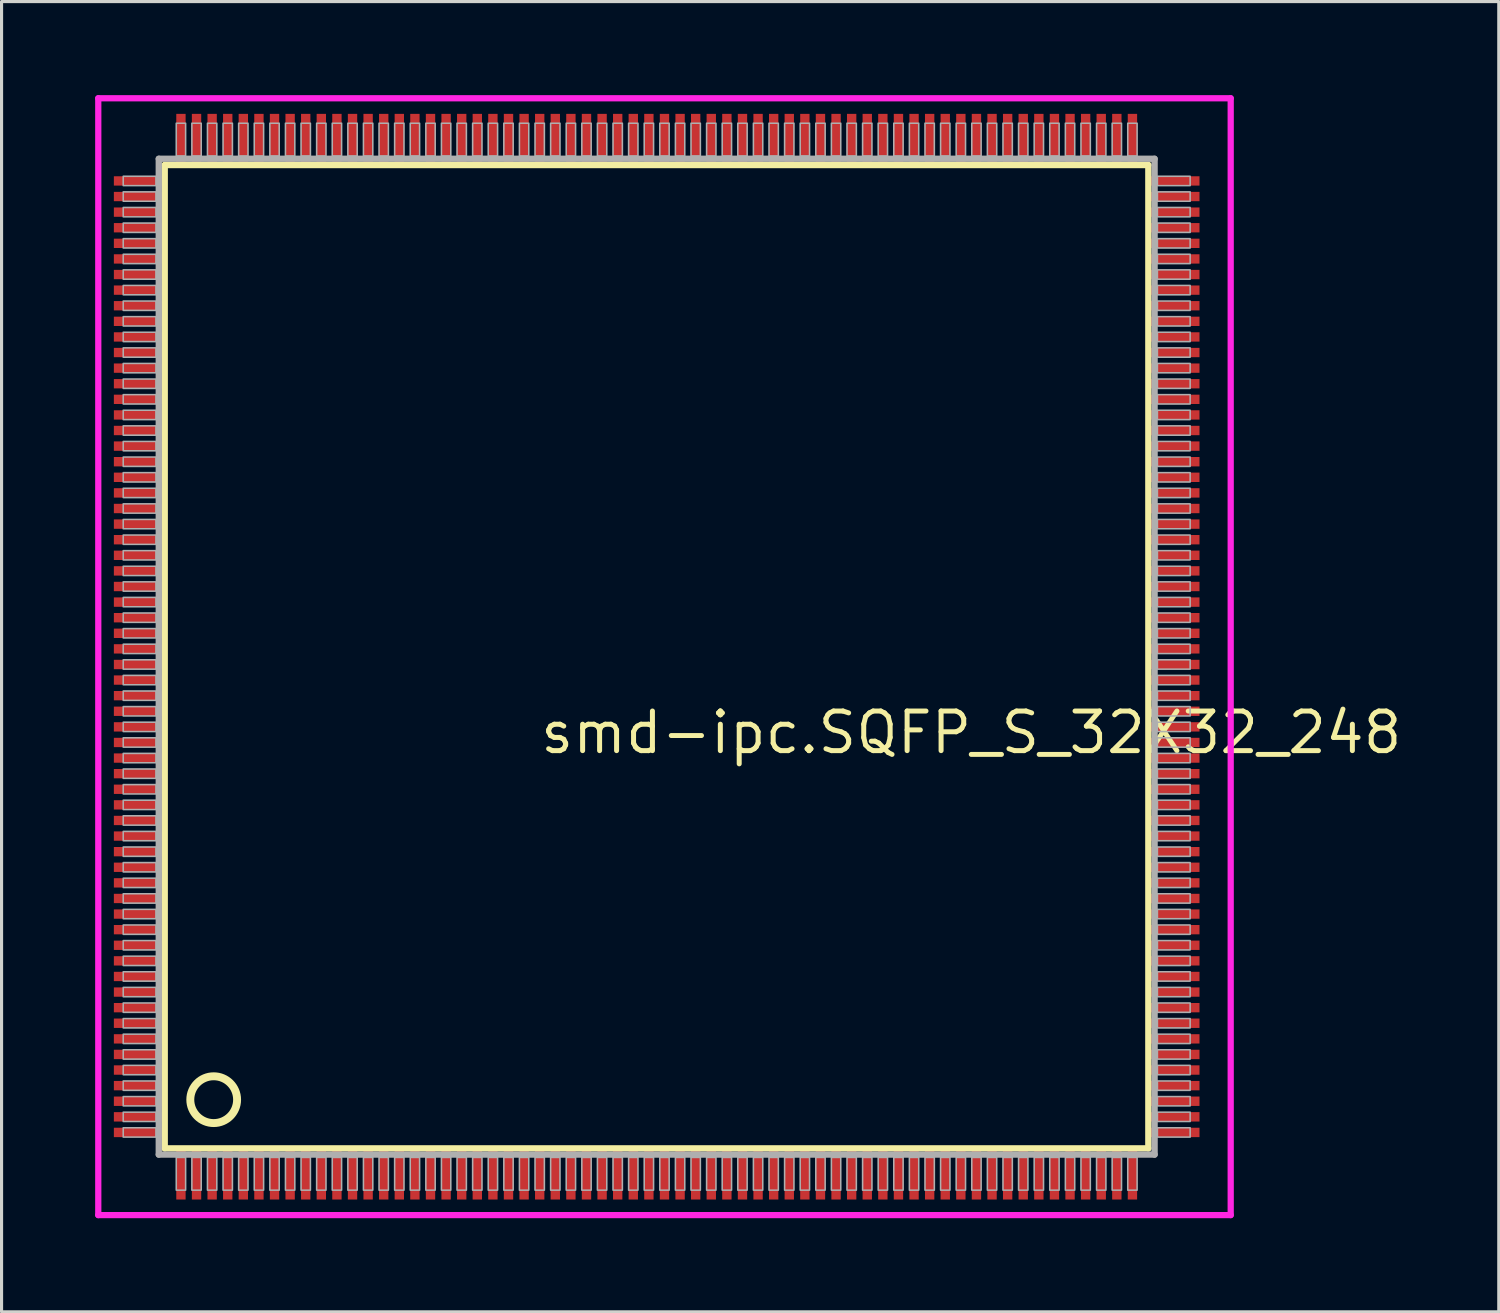
<source format=kicad_pcb>
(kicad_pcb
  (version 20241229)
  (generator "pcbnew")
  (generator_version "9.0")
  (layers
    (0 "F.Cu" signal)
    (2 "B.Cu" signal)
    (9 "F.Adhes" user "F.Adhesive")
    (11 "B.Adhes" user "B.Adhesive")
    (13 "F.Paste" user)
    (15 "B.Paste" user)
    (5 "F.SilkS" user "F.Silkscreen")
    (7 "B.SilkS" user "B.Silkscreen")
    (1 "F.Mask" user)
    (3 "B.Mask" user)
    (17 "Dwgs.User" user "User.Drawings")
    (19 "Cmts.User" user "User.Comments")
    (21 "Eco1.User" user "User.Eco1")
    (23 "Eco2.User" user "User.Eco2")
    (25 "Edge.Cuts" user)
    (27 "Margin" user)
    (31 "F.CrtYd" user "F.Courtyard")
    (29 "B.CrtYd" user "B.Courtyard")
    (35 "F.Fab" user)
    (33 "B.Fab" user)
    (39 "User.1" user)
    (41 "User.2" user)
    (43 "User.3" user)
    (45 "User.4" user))
  (footprint "smd-ipc.SQFP_S_32X32_248"
    (layer "F.Cu")
    (at 18 18)
    (property "Reference" "smd-ipc.SQFP_S_32X32_248" (at -3.81 3.175 0) (layer "F.SilkS") (effects (font (size 1.27 1.27) (thickness 0.16)) (justify left bottom)))
    (attr smd)
    (fp_line (start -15.77 -15.76) (end 15.76 -15.76) (stroke (width 0.203) (type default)) (layer "F.SilkS"))
    (fp_line (start -15.77 15.76) (end -15.77 -15.76) (stroke (width 0.203) (type default)) (layer "F.SilkS"))
    (fp_line (start 15.76 15.76) (end -15.77 15.76) (stroke (width 0.203) (type default)) (layer "F.SilkS"))
    (fp_line (start 15.76 -15.76) (end 15.76 15.76) (stroke (width 0.203) (type default)) (layer "F.SilkS"))
    (fp_circle (center -14.2 14.2) (end -13.45 14.2) (stroke (width 0.254) (type default)) (fill no) (layer "F.SilkS"))
    (fp_line (start -17.9 -17.9) (end 18.4 -17.9) (stroke (width 0.2) (type default)) (layer "F.CrtYd"))
    (fp_line (start -17.9 17.9) (end -17.9 -17.9) (stroke (width 0.2) (type default)) (layer "F.CrtYd"))
    (fp_line (start 18.4 -17.9) (end 18.4 17.9) (stroke (width 0.2) (type default)) (layer "F.CrtYd"))
    (fp_line (start 18.4 17.9) (end -17.9 17.9) (stroke (width 0.2) (type default)) (layer "F.CrtYd"))
    (fp_line (start -15.96 -15.96) (end -15.96 15.96) (stroke (width 0.203) (type default)) (layer "F.Fab"))
    (fp_line (start -15.96 15.96) (end 15.96 15.96) (stroke (width 0.203) (type default)) (layer "F.Fab"))
    (fp_line (start 15.96 -15.96) (end -15.96 -15.96) (stroke (width 0.203) (type default)) (layer "F.Fab"))
    (fp_line (start 15.96 15.96) (end 15.96 -15.96) (stroke (width 0.203) (type default)) (layer "F.Fab"))
    (fp_rect (start -17.1 -15.1) (end -16.05 -15.4) (stroke (width 0.05) (type default)) (fill no) (layer "F.Fab"))
    (fp_rect (start -17.1 -14.6) (end -16.05 -14.9) (stroke (width 0.05) (type default)) (fill no) (layer "F.Fab"))
    (fp_rect (start -17.1 -14.1) (end -16.05 -14.4) (stroke (width 0.05) (type default)) (fill no) (layer "F.Fab"))
    (fp_rect (start -17.1 -13.6) (end -16.05 -13.9) (stroke (width 0.05) (type default)) (fill no) (layer "F.Fab"))
    (fp_rect (start -17.1 -13.1) (end -16.05 -13.4) (stroke (width 0.05) (type default)) (fill no) (layer "F.Fab"))
    (fp_rect (start -17.1 -12.6) (end -16.05 -12.9) (stroke (width 0.05) (type default)) (fill no) (layer "F.Fab"))
    (fp_rect (start -17.1 -12.1) (end -16.05 -12.4) (stroke (width 0.05) (type default)) (fill no) (layer "F.Fab"))
    (fp_rect (start -17.1 -11.6) (end -16.05 -11.9) (stroke (width 0.05) (type default)) (fill no) (layer "F.Fab"))
    (fp_rect (start -17.1 -11.1) (end -16.05 -11.4) (stroke (width 0.05) (type default)) (fill no) (layer "F.Fab"))
    (fp_rect (start -17.1 -10.6) (end -16.05 -10.9) (stroke (width 0.05) (type default)) (fill no) (layer "F.Fab"))
    (fp_rect (start -17.1 -10.1) (end -16.05 -10.4) (stroke (width 0.05) (type default)) (fill no) (layer "F.Fab"))
    (fp_rect (start -17.1 -9.6) (end -16.05 -9.9) (stroke (width 0.05) (type default)) (fill no) (layer "F.Fab"))
    (fp_rect (start -17.1 -9.1) (end -16.05 -9.4) (stroke (width 0.05) (type default)) (fill no) (layer "F.Fab"))
    (fp_rect (start -17.1 -8.6) (end -16.05 -8.9) (stroke (width 0.05) (type default)) (fill no) (layer "F.Fab"))
    (fp_rect (start -17.1 -8.1) (end -16.05 -8.4) (stroke (width 0.05) (type default)) (fill no) (layer "F.Fab"))
    (fp_rect (start -17.1 -7.6) (end -16.05 -7.9) (stroke (width 0.05) (type default)) (fill no) (layer "F.Fab"))
    (fp_rect (start -17.1 -7.1) (end -16.05 -7.4) (stroke (width 0.05) (type default)) (fill no) (layer "F.Fab"))
    (fp_rect (start -17.1 -6.6) (end -16.05 -6.9) (stroke (width 0.05) (type default)) (fill no) (layer "F.Fab"))
    (fp_rect (start -17.1 -6.1) (end -16.05 -6.4) (stroke (width 0.05) (type default)) (fill no) (layer "F.Fab"))
    (fp_rect (start -17.1 -5.6) (end -16.05 -5.9) (stroke (width 0.05) (type default)) (fill no) (layer "F.Fab"))
    (fp_rect (start -17.1 -5.1) (end -16.05 -5.4) (stroke (width 0.05) (type default)) (fill no) (layer "F.Fab"))
    (fp_rect (start -17.1 -4.6) (end -16.05 -4.9) (stroke (width 0.05) (type default)) (fill no) (layer "F.Fab"))
    (fp_rect (start -17.1 -4.1) (end -16.05 -4.4) (stroke (width 0.05) (type default)) (fill no) (layer "F.Fab"))
    (fp_rect (start -17.1 -3.6) (end -16.05 -3.9) (stroke (width 0.05) (type default)) (fill no) (layer "F.Fab"))
    (fp_rect (start -17.1 -3.1) (end -16.05 -3.4) (stroke (width 0.05) (type default)) (fill no) (layer "F.Fab"))
    (fp_rect (start -17.1 -2.6) (end -16.05 -2.9) (stroke (width 0.05) (type default)) (fill no) (layer "F.Fab"))
    (fp_rect (start -17.1 -2.1) (end -16.05 -2.4) (stroke (width 0.05) (type default)) (fill no) (layer "F.Fab"))
    (fp_rect (start -17.1 -1.6) (end -16.05 -1.9) (stroke (width 0.05) (type default)) (fill no) (layer "F.Fab"))
    (fp_rect (start -17.1 -1.1) (end -16.05 -1.4) (stroke (width 0.05) (type default)) (fill no) (layer "F.Fab"))
    (fp_rect (start -17.1 -0.6) (end -16.05 -0.9) (stroke (width 0.05) (type default)) (fill no) (layer "F.Fab"))
    (fp_rect (start -17.1 -0.1) (end -16.05 -0.4) (stroke (width 0.05) (type default)) (fill no) (layer "F.Fab"))
    (fp_rect (start -17.1 0.4) (end -16.05 0.1) (stroke (width 0.05) (type default)) (fill no) (layer "F.Fab"))
    (fp_rect (start -17.1 0.9) (end -16.05 0.6) (stroke (width 0.05) (type default)) (fill no) (layer "F.Fab"))
    (fp_rect (start -17.1 1.4) (end -16.05 1.1) (stroke (width 0.05) (type default)) (fill no) (layer "F.Fab"))
    (fp_rect (start -17.1 1.9) (end -16.05 1.6) (stroke (width 0.05) (type default)) (fill no) (layer "F.Fab"))
    (fp_rect (start -17.1 2.4) (end -16.05 2.1) (stroke (width 0.05) (type default)) (fill no) (layer "F.Fab"))
    (fp_rect (start -17.1 2.9) (end -16.05 2.6) (stroke (width 0.05) (type default)) (fill no) (layer "F.Fab"))
    (fp_rect (start -17.1 3.4) (end -16.05 3.1) (stroke (width 0.05) (type default)) (fill no) (layer "F.Fab"))
    (fp_rect (start -17.1 3.9) (end -16.05 3.6) (stroke (width 0.05) (type default)) (fill no) (layer "F.Fab"))
    (fp_rect (start -17.1 4.4) (end -16.05 4.1) (stroke (width 0.05) (type default)) (fill no) (layer "F.Fab"))
    (fp_rect (start -17.1 4.9) (end -16.05 4.6) (stroke (width 0.05) (type default)) (fill no) (layer "F.Fab"))
    (fp_rect (start -17.1 5.4) (end -16.05 5.1) (stroke (width 0.05) (type default)) (fill no) (layer "F.Fab"))
    (fp_rect (start -17.1 5.9) (end -16.05 5.6) (stroke (width 0.05) (type default)) (fill no) (layer "F.Fab"))
    (fp_rect (start -17.1 6.4) (end -16.05 6.1) (stroke (width 0.05) (type default)) (fill no) (layer "F.Fab"))
    (fp_rect (start -17.1 6.9) (end -16.05 6.6) (stroke (width 0.05) (type default)) (fill no) (layer "F.Fab"))
    (fp_rect (start -17.1 7.4) (end -16.05 7.1) (stroke (width 0.05) (type default)) (fill no) (layer "F.Fab"))
    (fp_rect (start -17.1 7.9) (end -16.05 7.6) (stroke (width 0.05) (type default)) (fill no) (layer "F.Fab"))
    (fp_rect (start -17.1 8.4) (end -16.05 8.1) (stroke (width 0.05) (type default)) (fill no) (layer "F.Fab"))
    (fp_rect (start -17.1 8.9) (end -16.05 8.6) (stroke (width 0.05) (type default)) (fill no) (layer "F.Fab"))
    (fp_rect (start -17.1 9.4) (end -16.05 9.1) (stroke (width 0.05) (type default)) (fill no) (layer "F.Fab"))
    (fp_rect (start -17.1 9.9) (end -16.05 9.6) (stroke (width 0.05) (type default)) (fill no) (layer "F.Fab"))
    (fp_rect (start -17.1 10.4) (end -16.05 10.1) (stroke (width 0.05) (type default)) (fill no) (layer "F.Fab"))
    (fp_rect (start -17.1 10.9) (end -16.05 10.6) (stroke (width 0.05) (type default)) (fill no) (layer "F.Fab"))
    (fp_rect (start -17.1 11.4) (end -16.05 11.1) (stroke (width 0.05) (type default)) (fill no) (layer "F.Fab"))
    (fp_rect (start -17.1 11.9) (end -16.05 11.6) (stroke (width 0.05) (type default)) (fill no) (layer "F.Fab"))
    (fp_rect (start -17.1 12.4) (end -16.05 12.1) (stroke (width 0.05) (type default)) (fill no) (layer "F.Fab"))
    (fp_rect (start -17.1 12.9) (end -16.05 12.6) (stroke (width 0.05) (type default)) (fill no) (layer "F.Fab"))
    (fp_rect (start -17.1 13.4) (end -16.05 13.1) (stroke (width 0.05) (type default)) (fill no) (layer "F.Fab"))
    (fp_rect (start -17.1 13.9) (end -16.05 13.6) (stroke (width 0.05) (type default)) (fill no) (layer "F.Fab"))
    (fp_rect (start -17.1 14.4) (end -16.05 14.1) (stroke (width 0.05) (type default)) (fill no) (layer "F.Fab"))
    (fp_rect (start -17.1 14.9) (end -16.05 14.6) (stroke (width 0.05) (type default)) (fill no) (layer "F.Fab"))
    (fp_rect (start -17.1 15.4) (end -16.05 15.1) (stroke (width 0.05) (type default)) (fill no) (layer "F.Fab"))
    (fp_rect (start -15.4 -16.05) (end -15.1 -17.1) (stroke (width 0.05) (type default)) (fill no) (layer "F.Fab"))
    (fp_rect (start -15.4 17.1) (end -15.1 16.05) (stroke (width 0.05) (type default)) (fill no) (layer "F.Fab"))
    (fp_rect (start -14.9 -16.05) (end -14.6 -17.1) (stroke (width 0.05) (type default)) (fill no) (layer "F.Fab"))
    (fp_rect (start -14.9 17.1) (end -14.6 16.05) (stroke (width 0.05) (type default)) (fill no) (layer "F.Fab"))
    (fp_rect (start -14.4 -16.05) (end -14.1 -17.1) (stroke (width 0.05) (type default)) (fill no) (layer "F.Fab"))
    (fp_rect (start -14.4 17.1) (end -14.1 16.05) (stroke (width 0.05) (type default)) (fill no) (layer "F.Fab"))
    (fp_rect (start -13.9 -16.05) (end -13.6 -17.1) (stroke (width 0.05) (type default)) (fill no) (layer "F.Fab"))
    (fp_rect (start -13.9 17.1) (end -13.6 16.05) (stroke (width 0.05) (type default)) (fill no) (layer "F.Fab"))
    (fp_rect (start -13.4 -16.05) (end -13.1 -17.1) (stroke (width 0.05) (type default)) (fill no) (layer "F.Fab"))
    (fp_rect (start -13.4 17.1) (end -13.1 16.05) (stroke (width 0.05) (type default)) (fill no) (layer "F.Fab"))
    (fp_rect (start -12.9 -16.05) (end -12.6 -17.1) (stroke (width 0.05) (type default)) (fill no) (layer "F.Fab"))
    (fp_rect (start -12.9 17.1) (end -12.6 16.05) (stroke (width 0.05) (type default)) (fill no) (layer "F.Fab"))
    (fp_rect (start -12.4 -16.05) (end -12.1 -17.1) (stroke (width 0.05) (type default)) (fill no) (layer "F.Fab"))
    (fp_rect (start -12.4 17.1) (end -12.1 16.05) (stroke (width 0.05) (type default)) (fill no) (layer "F.Fab"))
    (fp_rect (start -11.9 -16.05) (end -11.6 -17.1) (stroke (width 0.05) (type default)) (fill no) (layer "F.Fab"))
    (fp_rect (start -11.9 17.1) (end -11.6 16.05) (stroke (width 0.05) (type default)) (fill no) (layer "F.Fab"))
    (fp_rect (start -11.4 -16.05) (end -11.1 -17.1) (stroke (width 0.05) (type default)) (fill no) (layer "F.Fab"))
    (fp_rect (start -11.4 17.1) (end -11.1 16.05) (stroke (width 0.05) (type default)) (fill no) (layer "F.Fab"))
    (fp_rect (start -10.9 -16.05) (end -10.6 -17.1) (stroke (width 0.05) (type default)) (fill no) (layer "F.Fab"))
    (fp_rect (start -10.9 17.1) (end -10.6 16.05) (stroke (width 0.05) (type default)) (fill no) (layer "F.Fab"))
    (fp_rect (start -10.4 -16.05) (end -10.1 -17.1) (stroke (width 0.05) (type default)) (fill no) (layer "F.Fab"))
    (fp_rect (start -10.4 17.1) (end -10.1 16.05) (stroke (width 0.05) (type default)) (fill no) (layer "F.Fab"))
    (fp_rect (start -9.9 -16.05) (end -9.6 -17.1) (stroke (width 0.05) (type default)) (fill no) (layer "F.Fab"))
    (fp_rect (start -9.9 17.1) (end -9.6 16.05) (stroke (width 0.05) (type default)) (fill no) (layer "F.Fab"))
    (fp_rect (start -9.4 -16.05) (end -9.1 -17.1) (stroke (width 0.05) (type default)) (fill no) (layer "F.Fab"))
    (fp_rect (start -9.4 17.1) (end -9.1 16.05) (stroke (width 0.05) (type default)) (fill no) (layer "F.Fab"))
    (fp_rect (start -8.9 -16.05) (end -8.6 -17.1) (stroke (width 0.05) (type default)) (fill no) (layer "F.Fab"))
    (fp_rect (start -8.9 17.1) (end -8.6 16.05) (stroke (width 0.05) (type default)) (fill no) (layer "F.Fab"))
    (fp_rect (start -8.4 -16.05) (end -8.1 -17.1) (stroke (width 0.05) (type default)) (fill no) (layer "F.Fab"))
    (fp_rect (start -8.4 17.1) (end -8.1 16.05) (stroke (width 0.05) (type default)) (fill no) (layer "F.Fab"))
    (fp_rect (start -7.9 -16.05) (end -7.6 -17.1) (stroke (width 0.05) (type default)) (fill no) (layer "F.Fab"))
    (fp_rect (start -7.9 17.1) (end -7.6 16.05) (stroke (width 0.05) (type default)) (fill no) (layer "F.Fab"))
    (fp_rect (start -7.4 -16.05) (end -7.1 -17.1) (stroke (width 0.05) (type default)) (fill no) (layer "F.Fab"))
    (fp_rect (start -7.4 17.1) (end -7.1 16.05) (stroke (width 0.05) (type default)) (fill no) (layer "F.Fab"))
    (fp_rect (start -6.9 -16.05) (end -6.6 -17.1) (stroke (width 0.05) (type default)) (fill no) (layer "F.Fab"))
    (fp_rect (start -6.9 17.1) (end -6.6 16.05) (stroke (width 0.05) (type default)) (fill no) (layer "F.Fab"))
    (fp_rect (start -6.4 -16.05) (end -6.1 -17.1) (stroke (width 0.05) (type default)) (fill no) (layer "F.Fab"))
    (fp_rect (start -6.4 17.1) (end -6.1 16.05) (stroke (width 0.05) (type default)) (fill no) (layer "F.Fab"))
    (fp_rect (start -5.9 -16.05) (end -5.6 -17.1) (stroke (width 0.05) (type default)) (fill no) (layer "F.Fab"))
    (fp_rect (start -5.9 17.1) (end -5.6 16.05) (stroke (width 0.05) (type default)) (fill no) (layer "F.Fab"))
    (fp_rect (start -5.4 -16.05) (end -5.1 -17.1) (stroke (width 0.05) (type default)) (fill no) (layer "F.Fab"))
    (fp_rect (start -5.4 17.1) (end -5.1 16.05) (stroke (width 0.05) (type default)) (fill no) (layer "F.Fab"))
    (fp_rect (start -4.9 -16.05) (end -4.6 -17.1) (stroke (width 0.05) (type default)) (fill no) (layer "F.Fab"))
    (fp_rect (start -4.9 17.1) (end -4.6 16.05) (stroke (width 0.05) (type default)) (fill no) (layer "F.Fab"))
    (fp_rect (start -4.4 -16.05) (end -4.1 -17.1) (stroke (width 0.05) (type default)) (fill no) (layer "F.Fab"))
    (fp_rect (start -4.4 17.1) (end -4.1 16.05) (stroke (width 0.05) (type default)) (fill no) (layer "F.Fab"))
    (fp_rect (start -3.9 -16.05) (end -3.6 -17.1) (stroke (width 0.05) (type default)) (fill no) (layer "F.Fab"))
    (fp_rect (start -3.9 17.1) (end -3.6 16.05) (stroke (width 0.05) (type default)) (fill no) (layer "F.Fab"))
    (fp_rect (start -3.4 -16.05) (end -3.1 -17.1) (stroke (width 0.05) (type default)) (fill no) (layer "F.Fab"))
    (fp_rect (start -3.4 17.1) (end -3.1 16.05) (stroke (width 0.05) (type default)) (fill no) (layer "F.Fab"))
    (fp_rect (start -2.9 -16.05) (end -2.6 -17.1) (stroke (width 0.05) (type default)) (fill no) (layer "F.Fab"))
    (fp_rect (start -2.9 17.1) (end -2.6 16.05) (stroke (width 0.05) (type default)) (fill no) (layer "F.Fab"))
    (fp_rect (start -2.4 -16.05) (end -2.1 -17.1) (stroke (width 0.05) (type default)) (fill no) (layer "F.Fab"))
    (fp_rect (start -2.4 17.1) (end -2.1 16.05) (stroke (width 0.05) (type default)) (fill no) (layer "F.Fab"))
    (fp_rect (start -1.9 -16.05) (end -1.6 -17.1) (stroke (width 0.05) (type default)) (fill no) (layer "F.Fab"))
    (fp_rect (start -1.9 17.1) (end -1.6 16.05) (stroke (width 0.05) (type default)) (fill no) (layer "F.Fab"))
    (fp_rect (start -1.4 -16.05) (end -1.1 -17.1) (stroke (width 0.05) (type default)) (fill no) (layer "F.Fab"))
    (fp_rect (start -1.4 17.1) (end -1.1 16.05) (stroke (width 0.05) (type default)) (fill no) (layer "F.Fab"))
    (fp_rect (start -0.9 -16.05) (end -0.6 -17.1) (stroke (width 0.05) (type default)) (fill no) (layer "F.Fab"))
    (fp_rect (start -0.9 17.1) (end -0.6 16.05) (stroke (width 0.05) (type default)) (fill no) (layer "F.Fab"))
    (fp_rect (start -0.4 -16.05) (end -0.1 -17.1) (stroke (width 0.05) (type default)) (fill no) (layer "F.Fab"))
    (fp_rect (start -0.4 17.1) (end -0.1 16.05) (stroke (width 0.05) (type default)) (fill no) (layer "F.Fab"))
    (fp_rect (start 0.1 -16.05) (end 0.4 -17.1) (stroke (width 0.05) (type default)) (fill no) (layer "F.Fab"))
    (fp_rect (start 0.1 17.1) (end 0.4 16.05) (stroke (width 0.05) (type default)) (fill no) (layer "F.Fab"))
    (fp_rect (start 0.6 -16.05) (end 0.9 -17.1) (stroke (width 0.05) (type default)) (fill no) (layer "F.Fab"))
    (fp_rect (start 0.6 17.1) (end 0.9 16.05) (stroke (width 0.05) (type default)) (fill no) (layer "F.Fab"))
    (fp_rect (start 1.1 -16.05) (end 1.4 -17.1) (stroke (width 0.05) (type default)) (fill no) (layer "F.Fab"))
    (fp_rect (start 1.1 17.1) (end 1.4 16.05) (stroke (width 0.05) (type default)) (fill no) (layer "F.Fab"))
    (fp_rect (start 1.6 -16.05) (end 1.9 -17.1) (stroke (width 0.05) (type default)) (fill no) (layer "F.Fab"))
    (fp_rect (start 1.6 17.1) (end 1.9 16.05) (stroke (width 0.05) (type default)) (fill no) (layer "F.Fab"))
    (fp_rect (start 2.1 -16.05) (end 2.4 -17.1) (stroke (width 0.05) (type default)) (fill no) (layer "F.Fab"))
    (fp_rect (start 2.1 17.1) (end 2.4 16.05) (stroke (width 0.05) (type default)) (fill no) (layer "F.Fab"))
    (fp_rect (start 2.6 -16.05) (end 2.9 -17.1) (stroke (width 0.05) (type default)) (fill no) (layer "F.Fab"))
    (fp_rect (start 2.6 17.1) (end 2.9 16.05) (stroke (width 0.05) (type default)) (fill no) (layer "F.Fab"))
    (fp_rect (start 3.1 -16.05) (end 3.4 -17.1) (stroke (width 0.05) (type default)) (fill no) (layer "F.Fab"))
    (fp_rect (start 3.1 17.1) (end 3.4 16.05) (stroke (width 0.05) (type default)) (fill no) (layer "F.Fab"))
    (fp_rect (start 3.6 -16.05) (end 3.9 -17.1) (stroke (width 0.05) (type default)) (fill no) (layer "F.Fab"))
    (fp_rect (start 3.6 17.1) (end 3.9 16.05) (stroke (width 0.05) (type default)) (fill no) (layer "F.Fab"))
    (fp_rect (start 4.1 -16.05) (end 4.4 -17.1) (stroke (width 0.05) (type default)) (fill no) (layer "F.Fab"))
    (fp_rect (start 4.1 17.1) (end 4.4 16.05) (stroke (width 0.05) (type default)) (fill no) (layer "F.Fab"))
    (fp_rect (start 4.6 -16.05) (end 4.9 -17.1) (stroke (width 0.05) (type default)) (fill no) (layer "F.Fab"))
    (fp_rect (start 4.6 17.1) (end 4.9 16.05) (stroke (width 0.05) (type default)) (fill no) (layer "F.Fab"))
    (fp_rect (start 5.1 -16.05) (end 5.4 -17.1) (stroke (width 0.05) (type default)) (fill no) (layer "F.Fab"))
    (fp_rect (start 5.1 17.1) (end 5.4 16.05) (stroke (width 0.05) (type default)) (fill no) (layer "F.Fab"))
    (fp_rect (start 5.6 -16.05) (end 5.9 -17.1) (stroke (width 0.05) (type default)) (fill no) (layer "F.Fab"))
    (fp_rect (start 5.6 17.1) (end 5.9 16.05) (stroke (width 0.05) (type default)) (fill no) (layer "F.Fab"))
    (fp_rect (start 6.1 -16.05) (end 6.4 -17.1) (stroke (width 0.05) (type default)) (fill no) (layer "F.Fab"))
    (fp_rect (start 6.1 17.1) (end 6.4 16.05) (stroke (width 0.05) (type default)) (fill no) (layer "F.Fab"))
    (fp_rect (start 6.6 -16.05) (end 6.9 -17.1) (stroke (width 0.05) (type default)) (fill no) (layer "F.Fab"))
    (fp_rect (start 6.6 17.1) (end 6.9 16.05) (stroke (width 0.05) (type default)) (fill no) (layer "F.Fab"))
    (fp_rect (start 7.1 -16.05) (end 7.4 -17.1) (stroke (width 0.05) (type default)) (fill no) (layer "F.Fab"))
    (fp_rect (start 7.1 17.1) (end 7.4 16.05) (stroke (width 0.05) (type default)) (fill no) (layer "F.Fab"))
    (fp_rect (start 7.6 -16.05) (end 7.9 -17.1) (stroke (width 0.05) (type default)) (fill no) (layer "F.Fab"))
    (fp_rect (start 7.6 17.1) (end 7.9 16.05) (stroke (width 0.05) (type default)) (fill no) (layer "F.Fab"))
    (fp_rect (start 8.1 -16.05) (end 8.4 -17.1) (stroke (width 0.05) (type default)) (fill no) (layer "F.Fab"))
    (fp_rect (start 8.1 17.1) (end 8.4 16.05) (stroke (width 0.05) (type default)) (fill no) (layer "F.Fab"))
    (fp_rect (start 8.6 -16.05) (end 8.9 -17.1) (stroke (width 0.05) (type default)) (fill no) (layer "F.Fab"))
    (fp_rect (start 8.6 17.1) (end 8.9 16.05) (stroke (width 0.05) (type default)) (fill no) (layer "F.Fab"))
    (fp_rect (start 9.1 -16.05) (end 9.4 -17.1) (stroke (width 0.05) (type default)) (fill no) (layer "F.Fab"))
    (fp_rect (start 9.1 17.1) (end 9.4 16.05) (stroke (width 0.05) (type default)) (fill no) (layer "F.Fab"))
    (fp_rect (start 9.6 -16.05) (end 9.9 -17.1) (stroke (width 0.05) (type default)) (fill no) (layer "F.Fab"))
    (fp_rect (start 9.6 17.1) (end 9.9 16.05) (stroke (width 0.05) (type default)) (fill no) (layer "F.Fab"))
    (fp_rect (start 10.1 -16.05) (end 10.4 -17.1) (stroke (width 0.05) (type default)) (fill no) (layer "F.Fab"))
    (fp_rect (start 10.1 17.1) (end 10.4 16.05) (stroke (width 0.05) (type default)) (fill no) (layer "F.Fab"))
    (fp_rect (start 10.6 -16.05) (end 10.9 -17.1) (stroke (width 0.05) (type default)) (fill no) (layer "F.Fab"))
    (fp_rect (start 10.6 17.1) (end 10.9 16.05) (stroke (width 0.05) (type default)) (fill no) (layer "F.Fab"))
    (fp_rect (start 11.1 -16.05) (end 11.4 -17.1) (stroke (width 0.05) (type default)) (fill no) (layer "F.Fab"))
    (fp_rect (start 11.1 17.1) (end 11.4 16.05) (stroke (width 0.05) (type default)) (fill no) (layer "F.Fab"))
    (fp_rect (start 11.6 -16.05) (end 11.9 -17.1) (stroke (width 0.05) (type default)) (fill no) (layer "F.Fab"))
    (fp_rect (start 11.6 17.1) (end 11.9 16.05) (stroke (width 0.05) (type default)) (fill no) (layer "F.Fab"))
    (fp_rect (start 12.1 -16.05) (end 12.4 -17.1) (stroke (width 0.05) (type default)) (fill no) (layer "F.Fab"))
    (fp_rect (start 12.1 17.1) (end 12.4 16.05) (stroke (width 0.05) (type default)) (fill no) (layer "F.Fab"))
    (fp_rect (start 12.6 -16.05) (end 12.9 -17.1) (stroke (width 0.05) (type default)) (fill no) (layer "F.Fab"))
    (fp_rect (start 12.6 17.1) (end 12.9 16.05) (stroke (width 0.05) (type default)) (fill no) (layer "F.Fab"))
    (fp_rect (start 13.1 -16.05) (end 13.4 -17.1) (stroke (width 0.05) (type default)) (fill no) (layer "F.Fab"))
    (fp_rect (start 13.1 17.1) (end 13.4 16.05) (stroke (width 0.05) (type default)) (fill no) (layer "F.Fab"))
    (fp_rect (start 13.6 -16.05) (end 13.9 -17.1) (stroke (width 0.05) (type default)) (fill no) (layer "F.Fab"))
    (fp_rect (start 13.6 17.1) (end 13.9 16.05) (stroke (width 0.05) (type default)) (fill no) (layer "F.Fab"))
    (fp_rect (start 14.1 -16.05) (end 14.4 -17.1) (stroke (width 0.05) (type default)) (fill no) (layer "F.Fab"))
    (fp_rect (start 14.1 17.1) (end 14.4 16.05) (stroke (width 0.05) (type default)) (fill no) (layer "F.Fab"))
    (fp_rect (start 14.6 -16.05) (end 14.9 -17.1) (stroke (width 0.05) (type default)) (fill no) (layer "F.Fab"))
    (fp_rect (start 14.6 17.1) (end 14.9 16.05) (stroke (width 0.05) (type default)) (fill no) (layer "F.Fab"))
    (fp_rect (start 15.1 -16.05) (end 15.4 -17.1) (stroke (width 0.05) (type default)) (fill no) (layer "F.Fab"))
    (fp_rect (start 15.1 17.1) (end 15.4 16.05) (stroke (width 0.05) (type default)) (fill no) (layer "F.Fab"))
    (fp_rect (start 16.05 -15.1) (end 17.1 -15.4) (stroke (width 0.05) (type default)) (fill no) (layer "F.Fab"))
    (fp_rect (start 16.05 -14.6) (end 17.1 -14.9) (stroke (width 0.05) (type default)) (fill no) (layer "F.Fab"))
    (fp_rect (start 16.05 -14.1) (end 17.1 -14.4) (stroke (width 0.05) (type default)) (fill no) (layer "F.Fab"))
    (fp_rect (start 16.05 -13.6) (end 17.1 -13.9) (stroke (width 0.05) (type default)) (fill no) (layer "F.Fab"))
    (fp_rect (start 16.05 -13.1) (end 17.1 -13.4) (stroke (width 0.05) (type default)) (fill no) (layer "F.Fab"))
    (fp_rect (start 16.05 -12.6) (end 17.1 -12.9) (stroke (width 0.05) (type default)) (fill no) (layer "F.Fab"))
    (fp_rect (start 16.05 -12.1) (end 17.1 -12.4) (stroke (width 0.05) (type default)) (fill no) (layer "F.Fab"))
    (fp_rect (start 16.05 -11.6) (end 17.1 -11.9) (stroke (width 0.05) (type default)) (fill no) (layer "F.Fab"))
    (fp_rect (start 16.05 -11.1) (end 17.1 -11.4) (stroke (width 0.05) (type default)) (fill no) (layer "F.Fab"))
    (fp_rect (start 16.05 -10.6) (end 17.1 -10.9) (stroke (width 0.05) (type default)) (fill no) (layer "F.Fab"))
    (fp_rect (start 16.05 -10.1) (end 17.1 -10.4) (stroke (width 0.05) (type default)) (fill no) (layer "F.Fab"))
    (fp_rect (start 16.05 -9.6) (end 17.1 -9.9) (stroke (width 0.05) (type default)) (fill no) (layer "F.Fab"))
    (fp_rect (start 16.05 -9.1) (end 17.1 -9.4) (stroke (width 0.05) (type default)) (fill no) (layer "F.Fab"))
    (fp_rect (start 16.05 -8.6) (end 17.1 -8.9) (stroke (width 0.05) (type default)) (fill no) (layer "F.Fab"))
    (fp_rect (start 16.05 -8.1) (end 17.1 -8.4) (stroke (width 0.05) (type default)) (fill no) (layer "F.Fab"))
    (fp_rect (start 16.05 -7.6) (end 17.1 -7.9) (stroke (width 0.05) (type default)) (fill no) (layer "F.Fab"))
    (fp_rect (start 16.05 -7.1) (end 17.1 -7.4) (stroke (width 0.05) (type default)) (fill no) (layer "F.Fab"))
    (fp_rect (start 16.05 -6.6) (end 17.1 -6.9) (stroke (width 0.05) (type default)) (fill no) (layer "F.Fab"))
    (fp_rect (start 16.05 -6.1) (end 17.1 -6.4) (stroke (width 0.05) (type default)) (fill no) (layer "F.Fab"))
    (fp_rect (start 16.05 -5.6) (end 17.1 -5.9) (stroke (width 0.05) (type default)) (fill no) (layer "F.Fab"))
    (fp_rect (start 16.05 -5.1) (end 17.1 -5.4) (stroke (width 0.05) (type default)) (fill no) (layer "F.Fab"))
    (fp_rect (start 16.05 -4.6) (end 17.1 -4.9) (stroke (width 0.05) (type default)) (fill no) (layer "F.Fab"))
    (fp_rect (start 16.05 -4.1) (end 17.1 -4.4) (stroke (width 0.05) (type default)) (fill no) (layer "F.Fab"))
    (fp_rect (start 16.05 -3.6) (end 17.1 -3.9) (stroke (width 0.05) (type default)) (fill no) (layer "F.Fab"))
    (fp_rect (start 16.05 -3.1) (end 17.1 -3.4) (stroke (width 0.05) (type default)) (fill no) (layer "F.Fab"))
    (fp_rect (start 16.05 -2.6) (end 17.1 -2.9) (stroke (width 0.05) (type default)) (fill no) (layer "F.Fab"))
    (fp_rect (start 16.05 -2.1) (end 17.1 -2.4) (stroke (width 0.05) (type default)) (fill no) (layer "F.Fab"))
    (fp_rect (start 16.05 -1.6) (end 17.1 -1.9) (stroke (width 0.05) (type default)) (fill no) (layer "F.Fab"))
    (fp_rect (start 16.05 -1.1) (end 17.1 -1.4) (stroke (width 0.05) (type default)) (fill no) (layer "F.Fab"))
    (fp_rect (start 16.05 -0.6) (end 17.1 -0.9) (stroke (width 0.05) (type default)) (fill no) (layer "F.Fab"))
    (fp_rect (start 16.05 -0.1) (end 17.1 -0.4) (stroke (width 0.05) (type default)) (fill no) (layer "F.Fab"))
    (fp_rect (start 16.05 0.4) (end 17.1 0.1) (stroke (width 0.05) (type default)) (fill no) (layer "F.Fab"))
    (fp_rect (start 16.05 0.9) (end 17.1 0.6) (stroke (width 0.05) (type default)) (fill no) (layer "F.Fab"))
    (fp_rect (start 16.05 1.4) (end 17.1 1.1) (stroke (width 0.05) (type default)) (fill no) (layer "F.Fab"))
    (fp_rect (start 16.05 1.9) (end 17.1 1.6) (stroke (width 0.05) (type default)) (fill no) (layer "F.Fab"))
    (fp_rect (start 16.05 2.4) (end 17.1 2.1) (stroke (width 0.05) (type default)) (fill no) (layer "F.Fab"))
    (fp_rect (start 16.05 2.9) (end 17.1 2.6) (stroke (width 0.05) (type default)) (fill no) (layer "F.Fab"))
    (fp_rect (start 16.05 3.4) (end 17.1 3.1) (stroke (width 0.05) (type default)) (fill no) (layer "F.Fab"))
    (fp_rect (start 16.05 3.9) (end 17.1 3.6) (stroke (width 0.05) (type default)) (fill no) (layer "F.Fab"))
    (fp_rect (start 16.05 4.4) (end 17.1 4.1) (stroke (width 0.05) (type default)) (fill no) (layer "F.Fab"))
    (fp_rect (start 16.05 4.9) (end 17.1 4.6) (stroke (width 0.05) (type default)) (fill no) (layer "F.Fab"))
    (fp_rect (start 16.05 5.4) (end 17.1 5.1) (stroke (width 0.05) (type default)) (fill no) (layer "F.Fab"))
    (fp_rect (start 16.05 5.9) (end 17.1 5.6) (stroke (width 0.05) (type default)) (fill no) (layer "F.Fab"))
    (fp_rect (start 16.05 6.4) (end 17.1 6.1) (stroke (width 0.05) (type default)) (fill no) (layer "F.Fab"))
    (fp_rect (start 16.05 6.9) (end 17.1 6.6) (stroke (width 0.05) (type default)) (fill no) (layer "F.Fab"))
    (fp_rect (start 16.05 7.4) (end 17.1 7.1) (stroke (width 0.05) (type default)) (fill no) (layer "F.Fab"))
    (fp_rect (start 16.05 7.9) (end 17.1 7.6) (stroke (width 0.05) (type default)) (fill no) (layer "F.Fab"))
    (fp_rect (start 16.05 8.4) (end 17.1 8.1) (stroke (width 0.05) (type default)) (fill no) (layer "F.Fab"))
    (fp_rect (start 16.05 8.9) (end 17.1 8.6) (stroke (width 0.05) (type default)) (fill no) (layer "F.Fab"))
    (fp_rect (start 16.05 9.4) (end 17.1 9.1) (stroke (width 0.05) (type default)) (fill no) (layer "F.Fab"))
    (fp_rect (start 16.05 9.9) (end 17.1 9.6) (stroke (width 0.05) (type default)) (fill no) (layer "F.Fab"))
    (fp_rect (start 16.05 10.4) (end 17.1 10.1) (stroke (width 0.05) (type default)) (fill no) (layer "F.Fab"))
    (fp_rect (start 16.05 10.9) (end 17.1 10.6) (stroke (width 0.05) (type default)) (fill no) (layer "F.Fab"))
    (fp_rect (start 16.05 11.4) (end 17.1 11.1) (stroke (width 0.05) (type default)) (fill no) (layer "F.Fab"))
    (fp_rect (start 16.05 11.9) (end 17.1 11.6) (stroke (width 0.05) (type default)) (fill no) (layer "F.Fab"))
    (fp_rect (start 16.05 12.4) (end 17.1 12.1) (stroke (width 0.05) (type default)) (fill no) (layer "F.Fab"))
    (fp_rect (start 16.05 12.9) (end 17.1 12.6) (stroke (width 0.05) (type default)) (fill no) (layer "F.Fab"))
    (fp_rect (start 16.05 13.4) (end 17.1 13.1) (stroke (width 0.05) (type default)) (fill no) (layer "F.Fab"))
    (fp_rect (start 16.05 13.9) (end 17.1 13.6) (stroke (width 0.05) (type default)) (fill no) (layer "F.Fab"))
    (fp_rect (start 16.05 14.4) (end 17.1 14.1) (stroke (width 0.05) (type default)) (fill no) (layer "F.Fab"))
    (fp_rect (start 16.05 14.9) (end 17.1 14.6) (stroke (width 0.05) (type default)) (fill no) (layer "F.Fab"))
    (fp_rect (start 16.05 15.4) (end 17.1 15.1) (stroke (width 0.05) (type default)) (fill no) (layer "F.Fab"))
    (pad "1" smd roundrect (at -15.25 16.6) (size 0.3 1.6) (layers "F.Cu" "F.Mask" "F.Paste") (roundrect_rratio 0.01))
    (pad "2" smd roundrect (at -14.75 16.6) (size 0.3 1.6) (layers "F.Cu" "F.Mask" "F.Paste") (roundrect_rratio 0.01))
    (pad "3" smd roundrect (at -14.25 16.6) (size 0.3 1.6) (layers "F.Cu" "F.Mask" "F.Paste") (roundrect_rratio 0.01))
    (pad "4" smd roundrect (at -13.75 16.6) (size 0.3 1.6) (layers "F.Cu" "F.Mask" "F.Paste") (roundrect_rratio 0.01))
    (pad "5" smd roundrect (at -13.25 16.6) (size 0.3 1.6) (layers "F.Cu" "F.Mask" "F.Paste") (roundrect_rratio 0.01))
    (pad "6" smd roundrect (at -12.75 16.6) (size 0.3 1.6) (layers "F.Cu" "F.Mask" "F.Paste") (roundrect_rratio 0.01))
    (pad "7" smd roundrect (at -12.25 16.6) (size 0.3 1.6) (layers "F.Cu" "F.Mask" "F.Paste") (roundrect_rratio 0.01))
    (pad "8" smd roundrect (at -11.75 16.6) (size 0.3 1.6) (layers "F.Cu" "F.Mask" "F.Paste") (roundrect_rratio 0.01))
    (pad "9" smd roundrect (at -11.25 16.6) (size 0.3 1.6) (layers "F.Cu" "F.Mask" "F.Paste") (roundrect_rratio 0.01))
    (pad "10" smd roundrect (at -10.75 16.6) (size 0.3 1.6) (layers "F.Cu" "F.Mask" "F.Paste") (roundrect_rratio 0.01))
    (pad "11" smd roundrect (at -10.25 16.6) (size 0.3 1.6) (layers "F.Cu" "F.Mask" "F.Paste") (roundrect_rratio 0.01))
    (pad "12" smd roundrect (at -9.75 16.6) (size 0.3 1.6) (layers "F.Cu" "F.Mask" "F.Paste") (roundrect_rratio 0.01))
    (pad "13" smd roundrect (at -9.25 16.6) (size 0.3 1.6) (layers "F.Cu" "F.Mask" "F.Paste") (roundrect_rratio 0.01))
    (pad "14" smd roundrect (at -8.75 16.6) (size 0.3 1.6) (layers "F.Cu" "F.Mask" "F.Paste") (roundrect_rratio 0.01))
    (pad "15" smd roundrect (at -8.25 16.6) (size 0.3 1.6) (layers "F.Cu" "F.Mask" "F.Paste") (roundrect_rratio 0.01))
    (pad "16" smd roundrect (at -7.75 16.6) (size 0.3 1.6) (layers "F.Cu" "F.Mask" "F.Paste") (roundrect_rratio 0.01))
    (pad "17" smd roundrect (at -7.25 16.6) (size 0.3 1.6) (layers "F.Cu" "F.Mask" "F.Paste") (roundrect_rratio 0.01))
    (pad "18" smd roundrect (at -6.75 16.6) (size 0.3 1.6) (layers "F.Cu" "F.Mask" "F.Paste") (roundrect_rratio 0.01))
    (pad "19" smd roundrect (at -6.25 16.6) (size 0.3 1.6) (layers "F.Cu" "F.Mask" "F.Paste") (roundrect_rratio 0.01))
    (pad "20" smd roundrect (at -5.75 16.6) (size 0.3 1.6) (layers "F.Cu" "F.Mask" "F.Paste") (roundrect_rratio 0.01))
    (pad "21" smd roundrect (at -5.25 16.6) (size 0.3 1.6) (layers "F.Cu" "F.Mask" "F.Paste") (roundrect_rratio 0.01))
    (pad "22" smd roundrect (at -4.75 16.6) (size 0.3 1.6) (layers "F.Cu" "F.Mask" "F.Paste") (roundrect_rratio 0.01))
    (pad "23" smd roundrect (at -4.25 16.6) (size 0.3 1.6) (layers "F.Cu" "F.Mask" "F.Paste") (roundrect_rratio 0.01))
    (pad "24" smd roundrect (at -3.75 16.6) (size 0.3 1.6) (layers "F.Cu" "F.Mask" "F.Paste") (roundrect_rratio 0.01))
    (pad "25" smd roundrect (at -3.25 16.6) (size 0.3 1.6) (layers "F.Cu" "F.Mask" "F.Paste") (roundrect_rratio 0.01))
    (pad "26" smd roundrect (at -2.75 16.6) (size 0.3 1.6) (layers "F.Cu" "F.Mask" "F.Paste") (roundrect_rratio 0.01))
    (pad "27" smd roundrect (at -2.25 16.6) (size 0.3 1.6) (layers "F.Cu" "F.Mask" "F.Paste") (roundrect_rratio 0.01))
    (pad "28" smd roundrect (at -1.75 16.6) (size 0.3 1.6) (layers "F.Cu" "F.Mask" "F.Paste") (roundrect_rratio 0.01))
    (pad "29" smd roundrect (at -1.25 16.6) (size 0.3 1.6) (layers "F.Cu" "F.Mask" "F.Paste") (roundrect_rratio 0.01))
    (pad "30" smd roundrect (at -0.75 16.6) (size 0.3 1.6) (layers "F.Cu" "F.Mask" "F.Paste") (roundrect_rratio 0.01))
    (pad "31" smd roundrect (at -0.25 16.6) (size 0.3 1.6) (layers "F.Cu" "F.Mask" "F.Paste") (roundrect_rratio 0.01))
    (pad "32" smd roundrect (at 0.25 16.6) (size 0.3 1.6) (layers "F.Cu" "F.Mask" "F.Paste") (roundrect_rratio 0.01))
    (pad "33" smd roundrect (at 0.75 16.6) (size 0.3 1.6) (layers "F.Cu" "F.Mask" "F.Paste") (roundrect_rratio 0.01))
    (pad "34" smd roundrect (at 1.25 16.6) (size 0.3 1.6) (layers "F.Cu" "F.Mask" "F.Paste") (roundrect_rratio 0.01))
    (pad "35" smd roundrect (at 1.75 16.6) (size 0.3 1.6) (layers "F.Cu" "F.Mask" "F.Paste") (roundrect_rratio 0.01))
    (pad "36" smd roundrect (at 2.25 16.6) (size 0.3 1.6) (layers "F.Cu" "F.Mask" "F.Paste") (roundrect_rratio 0.01))
    (pad "37" smd roundrect (at 2.75 16.6) (size 0.3 1.6) (layers "F.Cu" "F.Mask" "F.Paste") (roundrect_rratio 0.01))
    (pad "38" smd roundrect (at 3.25 16.6) (size 0.3 1.6) (layers "F.Cu" "F.Mask" "F.Paste") (roundrect_rratio 0.01))
    (pad "39" smd roundrect (at 3.75 16.6) (size 0.3 1.6) (layers "F.Cu" "F.Mask" "F.Paste") (roundrect_rratio 0.01))
    (pad "40" smd roundrect (at 4.25 16.6) (size 0.3 1.6) (layers "F.Cu" "F.Mask" "F.Paste") (roundrect_rratio 0.01))
    (pad "41" smd roundrect (at 4.75 16.6) (size 0.3 1.6) (layers "F.Cu" "F.Mask" "F.Paste") (roundrect_rratio 0.01))
    (pad "42" smd roundrect (at 5.25 16.6) (size 0.3 1.6) (layers "F.Cu" "F.Mask" "F.Paste") (roundrect_rratio 0.01))
    (pad "43" smd roundrect (at 5.75 16.6) (size 0.3 1.6) (layers "F.Cu" "F.Mask" "F.Paste") (roundrect_rratio 0.01))
    (pad "44" smd roundrect (at 6.25 16.6) (size 0.3 1.6) (layers "F.Cu" "F.Mask" "F.Paste") (roundrect_rratio 0.01))
    (pad "45" smd roundrect (at 6.75 16.6) (size 0.3 1.6) (layers "F.Cu" "F.Mask" "F.Paste") (roundrect_rratio 0.01))
    (pad "46" smd roundrect (at 7.25 16.6) (size 0.3 1.6) (layers "F.Cu" "F.Mask" "F.Paste") (roundrect_rratio 0.01))
    (pad "47" smd roundrect (at 7.75 16.6) (size 0.3 1.6) (layers "F.Cu" "F.Mask" "F.Paste") (roundrect_rratio 0.01))
    (pad "48" smd roundrect (at 8.25 16.6) (size 0.3 1.6) (layers "F.Cu" "F.Mask" "F.Paste") (roundrect_rratio 0.01))
    (pad "49" smd roundrect (at 8.75 16.6) (size 0.3 1.6) (layers "F.Cu" "F.Mask" "F.Paste") (roundrect_rratio 0.01))
    (pad "50" smd roundrect (at 9.25 16.6) (size 0.3 1.6) (layers "F.Cu" "F.Mask" "F.Paste") (roundrect_rratio 0.01))
    (pad "51" smd roundrect (at 9.75 16.6) (size 0.3 1.6) (layers "F.Cu" "F.Mask" "F.Paste") (roundrect_rratio 0.01))
    (pad "52" smd roundrect (at 10.25 16.6) (size 0.3 1.6) (layers "F.Cu" "F.Mask" "F.Paste") (roundrect_rratio 0.01))
    (pad "53" smd roundrect (at 10.75 16.6) (size 0.3 1.6) (layers "F.Cu" "F.Mask" "F.Paste") (roundrect_rratio 0.01))
    (pad "54" smd roundrect (at 11.25 16.6) (size 0.3 1.6) (layers "F.Cu" "F.Mask" "F.Paste") (roundrect_rratio 0.01))
    (pad "55" smd roundrect (at 11.75 16.6) (size 0.3 1.6) (layers "F.Cu" "F.Mask" "F.Paste") (roundrect_rratio 0.01))
    (pad "56" smd roundrect (at 12.25 16.6) (size 0.3 1.6) (layers "F.Cu" "F.Mask" "F.Paste") (roundrect_rratio 0.01))
    (pad "57" smd roundrect (at 12.75 16.6) (size 0.3 1.6) (layers "F.Cu" "F.Mask" "F.Paste") (roundrect_rratio 0.01))
    (pad "58" smd roundrect (at 13.25 16.6) (size 0.3 1.6) (layers "F.Cu" "F.Mask" "F.Paste") (roundrect_rratio 0.01))
    (pad "59" smd roundrect (at 13.75 16.6) (size 0.3 1.6) (layers "F.Cu" "F.Mask" "F.Paste") (roundrect_rratio 0.01))
    (pad "60" smd roundrect (at 14.25 16.6) (size 0.3 1.6) (layers "F.Cu" "F.Mask" "F.Paste") (roundrect_rratio 0.01))
    (pad "61" smd roundrect (at 14.75 16.6) (size 0.3 1.6) (layers "F.Cu" "F.Mask" "F.Paste") (roundrect_rratio 0.01))
    (pad "62" smd roundrect (at 15.25 16.6) (size 0.3 1.6) (layers "F.Cu" "F.Mask" "F.Paste") (roundrect_rratio 0.01))
    (pad "63" smd roundrect (at 16.6 15.25) (size 1.6 0.3) (layers "F.Cu" "F.Mask" "F.Paste") (roundrect_rratio 0.01))
    (pad "64" smd roundrect (at 16.6 14.75) (size 1.6 0.3) (layers "F.Cu" "F.Mask" "F.Paste") (roundrect_rratio 0.01))
    (pad "65" smd roundrect (at 16.6 14.25) (size 1.6 0.3) (layers "F.Cu" "F.Mask" "F.Paste") (roundrect_rratio 0.01))
    (pad "66" smd roundrect (at 16.6 13.75) (size 1.6 0.3) (layers "F.Cu" "F.Mask" "F.Paste") (roundrect_rratio 0.01))
    (pad "67" smd roundrect (at 16.6 13.25) (size 1.6 0.3) (layers "F.Cu" "F.Mask" "F.Paste") (roundrect_rratio 0.01))
    (pad "68" smd roundrect (at 16.6 12.75) (size 1.6 0.3) (layers "F.Cu" "F.Mask" "F.Paste") (roundrect_rratio 0.01))
    (pad "69" smd roundrect (at 16.6 12.25) (size 1.6 0.3) (layers "F.Cu" "F.Mask" "F.Paste") (roundrect_rratio 0.01))
    (pad "70" smd roundrect (at 16.6 11.75) (size 1.6 0.3) (layers "F.Cu" "F.Mask" "F.Paste") (roundrect_rratio 0.01))
    (pad "71" smd roundrect (at 16.6 11.25) (size 1.6 0.3) (layers "F.Cu" "F.Mask" "F.Paste") (roundrect_rratio 0.01))
    (pad "72" smd roundrect (at 16.6 10.75) (size 1.6 0.3) (layers "F.Cu" "F.Mask" "F.Paste") (roundrect_rratio 0.01))
    (pad "73" smd roundrect (at 16.6 10.25) (size 1.6 0.3) (layers "F.Cu" "F.Mask" "F.Paste") (roundrect_rratio 0.01))
    (pad "74" smd roundrect (at 16.6 9.75) (size 1.6 0.3) (layers "F.Cu" "F.Mask" "F.Paste") (roundrect_rratio 0.01))
    (pad "75" smd roundrect (at 16.6 9.25) (size 1.6 0.3) (layers "F.Cu" "F.Mask" "F.Paste") (roundrect_rratio 0.01))
    (pad "76" smd roundrect (at 16.6 8.75) (size 1.6 0.3) (layers "F.Cu" "F.Mask" "F.Paste") (roundrect_rratio 0.01))
    (pad "77" smd roundrect (at 16.6 8.25) (size 1.6 0.3) (layers "F.Cu" "F.Mask" "F.Paste") (roundrect_rratio 0.01))
    (pad "78" smd roundrect (at 16.6 7.75) (size 1.6 0.3) (layers "F.Cu" "F.Mask" "F.Paste") (roundrect_rratio 0.01))
    (pad "79" smd roundrect (at 16.6 7.25) (size 1.6 0.3) (layers "F.Cu" "F.Mask" "F.Paste") (roundrect_rratio 0.01))
    (pad "80" smd roundrect (at 16.6 6.75) (size 1.6 0.3) (layers "F.Cu" "F.Mask" "F.Paste") (roundrect_rratio 0.01))
    (pad "81" smd roundrect (at 16.6 6.25) (size 1.6 0.3) (layers "F.Cu" "F.Mask" "F.Paste") (roundrect_rratio 0.01))
    (pad "82" smd roundrect (at 16.6 5.75) (size 1.6 0.3) (layers "F.Cu" "F.Mask" "F.Paste") (roundrect_rratio 0.01))
    (pad "83" smd roundrect (at 16.6 5.25) (size 1.6 0.3) (layers "F.Cu" "F.Mask" "F.Paste") (roundrect_rratio 0.01))
    (pad "84" smd roundrect (at 16.6 4.75) (size 1.6 0.3) (layers "F.Cu" "F.Mask" "F.Paste") (roundrect_rratio 0.01))
    (pad "85" smd roundrect (at 16.6 4.25) (size 1.6 0.3) (layers "F.Cu" "F.Mask" "F.Paste") (roundrect_rratio 0.01))
    (pad "86" smd roundrect (at 16.6 3.75) (size 1.6 0.3) (layers "F.Cu" "F.Mask" "F.Paste") (roundrect_rratio 0.01))
    (pad "87" smd roundrect (at 16.6 3.25) (size 1.6 0.3) (layers "F.Cu" "F.Mask" "F.Paste") (roundrect_rratio 0.01))
    (pad "88" smd roundrect (at 16.6 2.75) (size 1.6 0.3) (layers "F.Cu" "F.Mask" "F.Paste") (roundrect_rratio 0.01))
    (pad "89" smd roundrect (at 16.6 2.25) (size 1.6 0.3) (layers "F.Cu" "F.Mask" "F.Paste") (roundrect_rratio 0.01))
    (pad "90" smd roundrect (at 16.6 1.75) (size 1.6 0.3) (layers "F.Cu" "F.Mask" "F.Paste") (roundrect_rratio 0.01))
    (pad "91" smd roundrect (at 16.6 1.25) (size 1.6 0.3) (layers "F.Cu" "F.Mask" "F.Paste") (roundrect_rratio 0.01))
    (pad "92" smd roundrect (at 16.6 0.75) (size 1.6 0.3) (layers "F.Cu" "F.Mask" "F.Paste") (roundrect_rratio 0.01))
    (pad "93" smd roundrect (at 16.6 0.25) (size 1.6 0.3) (layers "F.Cu" "F.Mask" "F.Paste") (roundrect_rratio 0.01))
    (pad "94" smd roundrect (at 16.6 -0.25) (size 1.6 0.3) (layers "F.Cu" "F.Mask" "F.Paste") (roundrect_rratio 0.01))
    (pad "95" smd roundrect (at 16.6 -0.75) (size 1.6 0.3) (layers "F.Cu" "F.Mask" "F.Paste") (roundrect_rratio 0.01))
    (pad "96" smd roundrect (at 16.6 -1.25) (size 1.6 0.3) (layers "F.Cu" "F.Mask" "F.Paste") (roundrect_rratio 0.01))
    (pad "97" smd roundrect (at 16.6 -1.75) (size 1.6 0.3) (layers "F.Cu" "F.Mask" "F.Paste") (roundrect_rratio 0.01))
    (pad "98" smd roundrect (at 16.6 -2.25) (size 1.6 0.3) (layers "F.Cu" "F.Mask" "F.Paste") (roundrect_rratio 0.01))
    (pad "99" smd roundrect (at 16.6 -2.75) (size 1.6 0.3) (layers "F.Cu" "F.Mask" "F.Paste") (roundrect_rratio 0.01))
    (pad "100" smd roundrect (at 16.6 -3.25) (size 1.6 0.3) (layers "F.Cu" "F.Mask" "F.Paste") (roundrect_rratio 0.01))
    (pad "101" smd roundrect (at 16.6 -3.75) (size 1.6 0.3) (layers "F.Cu" "F.Mask" "F.Paste") (roundrect_rratio 0.01))
    (pad "102" smd roundrect (at 16.6 -4.25) (size 1.6 0.3) (layers "F.Cu" "F.Mask" "F.Paste") (roundrect_rratio 0.01))
    (pad "103" smd roundrect (at 16.6 -4.75) (size 1.6 0.3) (layers "F.Cu" "F.Mask" "F.Paste") (roundrect_rratio 0.01))
    (pad "104" smd roundrect (at 16.6 -5.25) (size 1.6 0.3) (layers "F.Cu" "F.Mask" "F.Paste") (roundrect_rratio 0.01))
    (pad "105" smd roundrect (at 16.6 -5.75) (size 1.6 0.3) (layers "F.Cu" "F.Mask" "F.Paste") (roundrect_rratio 0.01))
    (pad "106" smd roundrect (at 16.6 -6.25) (size 1.6 0.3) (layers "F.Cu" "F.Mask" "F.Paste") (roundrect_rratio 0.01))
    (pad "107" smd roundrect (at 16.6 -6.75) (size 1.6 0.3) (layers "F.Cu" "F.Mask" "F.Paste") (roundrect_rratio 0.01))
    (pad "108" smd roundrect (at 16.6 -7.25) (size 1.6 0.3) (layers "F.Cu" "F.Mask" "F.Paste") (roundrect_rratio 0.01))
    (pad "109" smd roundrect (at 16.6 -7.75) (size 1.6 0.3) (layers "F.Cu" "F.Mask" "F.Paste") (roundrect_rratio 0.01))
    (pad "110" smd roundrect (at 16.6 -8.25) (size 1.6 0.3) (layers "F.Cu" "F.Mask" "F.Paste") (roundrect_rratio 0.01))
    (pad "111" smd roundrect (at 16.6 -8.75) (size 1.6 0.3) (layers "F.Cu" "F.Mask" "F.Paste") (roundrect_rratio 0.01))
    (pad "112" smd roundrect (at 16.6 -9.25) (size 1.6 0.3) (layers "F.Cu" "F.Mask" "F.Paste") (roundrect_rratio 0.01))
    (pad "113" smd roundrect (at 16.6 -9.75) (size 1.6 0.3) (layers "F.Cu" "F.Mask" "F.Paste") (roundrect_rratio 0.01))
    (pad "114" smd roundrect (at 16.6 -10.25) (size 1.6 0.3) (layers "F.Cu" "F.Mask" "F.Paste") (roundrect_rratio 0.01))
    (pad "115" smd roundrect (at 16.6 -10.75) (size 1.6 0.3) (layers "F.Cu" "F.Mask" "F.Paste") (roundrect_rratio 0.01))
    (pad "116" smd roundrect (at 16.6 -11.25) (size 1.6 0.3) (layers "F.Cu" "F.Mask" "F.Paste") (roundrect_rratio 0.01))
    (pad "117" smd roundrect (at 16.6 -11.75) (size 1.6 0.3) (layers "F.Cu" "F.Mask" "F.Paste") (roundrect_rratio 0.01))
    (pad "118" smd roundrect (at 16.6 -12.25) (size 1.6 0.3) (layers "F.Cu" "F.Mask" "F.Paste") (roundrect_rratio 0.01))
    (pad "119" smd roundrect (at 16.6 -12.75) (size 1.6 0.3) (layers "F.Cu" "F.Mask" "F.Paste") (roundrect_rratio 0.01))
    (pad "120" smd roundrect (at 16.6 -13.25) (size 1.6 0.3) (layers "F.Cu" "F.Mask" "F.Paste") (roundrect_rratio 0.01))
    (pad "121" smd roundrect (at 16.6 -13.75) (size 1.6 0.3) (layers "F.Cu" "F.Mask" "F.Paste") (roundrect_rratio 0.01))
    (pad "122" smd roundrect (at 16.6 -14.25) (size 1.6 0.3) (layers "F.Cu" "F.Mask" "F.Paste") (roundrect_rratio 0.01))
    (pad "123" smd roundrect (at 16.6 -14.75) (size 1.6 0.3) (layers "F.Cu" "F.Mask" "F.Paste") (roundrect_rratio 0.01))
    (pad "124" smd roundrect (at 16.6 -15.25) (size 1.6 0.3) (layers "F.Cu" "F.Mask" "F.Paste") (roundrect_rratio 0.01))
    (pad "125" smd roundrect (at 15.25 -16.6) (size 0.3 1.6) (layers "F.Cu" "F.Mask" "F.Paste") (roundrect_rratio 0.01))
    (pad "126" smd roundrect (at 14.75 -16.6) (size 0.3 1.6) (layers "F.Cu" "F.Mask" "F.Paste") (roundrect_rratio 0.01))
    (pad "127" smd roundrect (at 14.25 -16.6) (size 0.3 1.6) (layers "F.Cu" "F.Mask" "F.Paste") (roundrect_rratio 0.01))
    (pad "128" smd roundrect (at 13.75 -16.6) (size 0.3 1.6) (layers "F.Cu" "F.Mask" "F.Paste") (roundrect_rratio 0.01))
    (pad "129" smd roundrect (at 13.25 -16.6) (size 0.3 1.6) (layers "F.Cu" "F.Mask" "F.Paste") (roundrect_rratio 0.01))
    (pad "130" smd roundrect (at 12.75 -16.6) (size 0.3 1.6) (layers "F.Cu" "F.Mask" "F.Paste") (roundrect_rratio 0.01))
    (pad "131" smd roundrect (at 12.25 -16.6) (size 0.3 1.6) (layers "F.Cu" "F.Mask" "F.Paste") (roundrect_rratio 0.01))
    (pad "132" smd roundrect (at 11.75 -16.6) (size 0.3 1.6) (layers "F.Cu" "F.Mask" "F.Paste") (roundrect_rratio 0.01))
    (pad "133" smd roundrect (at 11.25 -16.6) (size 0.3 1.6) (layers "F.Cu" "F.Mask" "F.Paste") (roundrect_rratio 0.01))
    (pad "134" smd roundrect (at 10.75 -16.6) (size 0.3 1.6) (layers "F.Cu" "F.Mask" "F.Paste") (roundrect_rratio 0.01))
    (pad "135" smd roundrect (at 10.25 -16.6) (size 0.3 1.6) (layers "F.Cu" "F.Mask" "F.Paste") (roundrect_rratio 0.01))
    (pad "136" smd roundrect (at 9.75 -16.6) (size 0.3 1.6) (layers "F.Cu" "F.Mask" "F.Paste") (roundrect_rratio 0.01))
    (pad "137" smd roundrect (at 9.25 -16.6) (size 0.3 1.6) (layers "F.Cu" "F.Mask" "F.Paste") (roundrect_rratio 0.01))
    (pad "138" smd roundrect (at 8.75 -16.6) (size 0.3 1.6) (layers "F.Cu" "F.Mask" "F.Paste") (roundrect_rratio 0.01))
    (pad "139" smd roundrect (at 8.25 -16.6) (size 0.3 1.6) (layers "F.Cu" "F.Mask" "F.Paste") (roundrect_rratio 0.01))
    (pad "140" smd roundrect (at 7.75 -16.6) (size 0.3 1.6) (layers "F.Cu" "F.Mask" "F.Paste") (roundrect_rratio 0.01))
    (pad "141" smd roundrect (at 7.25 -16.6) (size 0.3 1.6) (layers "F.Cu" "F.Mask" "F.Paste") (roundrect_rratio 0.01))
    (pad "142" smd roundrect (at 6.75 -16.6) (size 0.3 1.6) (layers "F.Cu" "F.Mask" "F.Paste") (roundrect_rratio 0.01))
    (pad "143" smd roundrect (at 6.25 -16.6) (size 0.3 1.6) (layers "F.Cu" "F.Mask" "F.Paste") (roundrect_rratio 0.01))
    (pad "144" smd roundrect (at 5.75 -16.6) (size 0.3 1.6) (layers "F.Cu" "F.Mask" "F.Paste") (roundrect_rratio 0.01))
    (pad "145" smd roundrect (at 5.25 -16.6) (size 0.3 1.6) (layers "F.Cu" "F.Mask" "F.Paste") (roundrect_rratio 0.01))
    (pad "146" smd roundrect (at 4.75 -16.6) (size 0.3 1.6) (layers "F.Cu" "F.Mask" "F.Paste") (roundrect_rratio 0.01))
    (pad "147" smd roundrect (at 4.25 -16.6) (size 0.3 1.6) (layers "F.Cu" "F.Mask" "F.Paste") (roundrect_rratio 0.01))
    (pad "148" smd roundrect (at 3.75 -16.6) (size 0.3 1.6) (layers "F.Cu" "F.Mask" "F.Paste") (roundrect_rratio 0.01))
    (pad "149" smd roundrect (at 3.25 -16.6) (size 0.3 1.6) (layers "F.Cu" "F.Mask" "F.Paste") (roundrect_rratio 0.01))
    (pad "150" smd roundrect (at 2.75 -16.6) (size 0.3 1.6) (layers "F.Cu" "F.Mask" "F.Paste") (roundrect_rratio 0.01))
    (pad "151" smd roundrect (at 2.25 -16.6) (size 0.3 1.6) (layers "F.Cu" "F.Mask" "F.Paste") (roundrect_rratio 0.01))
    (pad "152" smd roundrect (at 1.75 -16.6) (size 0.3 1.6) (layers "F.Cu" "F.Mask" "F.Paste") (roundrect_rratio 0.01))
    (pad "153" smd roundrect (at 1.25 -16.6) (size 0.3 1.6) (layers "F.Cu" "F.Mask" "F.Paste") (roundrect_rratio 0.01))
    (pad "154" smd roundrect (at 0.75 -16.6) (size 0.3 1.6) (layers "F.Cu" "F.Mask" "F.Paste") (roundrect_rratio 0.01))
    (pad "155" smd roundrect (at 0.25 -16.6) (size 0.3 1.6) (layers "F.Cu" "F.Mask" "F.Paste") (roundrect_rratio 0.01))
    (pad "156" smd roundrect (at -0.25 -16.6) (size 0.3 1.6) (layers "F.Cu" "F.Mask" "F.Paste") (roundrect_rratio 0.01))
    (pad "157" smd roundrect (at -0.75 -16.6) (size 0.3 1.6) (layers "F.Cu" "F.Mask" "F.Paste") (roundrect_rratio 0.01))
    (pad "158" smd roundrect (at -1.25 -16.6) (size 0.3 1.6) (layers "F.Cu" "F.Mask" "F.Paste") (roundrect_rratio 0.01))
    (pad "159" smd roundrect (at -1.75 -16.6) (size 0.3 1.6) (layers "F.Cu" "F.Mask" "F.Paste") (roundrect_rratio 0.01))
    (pad "160" smd roundrect (at -2.25 -16.6) (size 0.3 1.6) (layers "F.Cu" "F.Mask" "F.Paste") (roundrect_rratio 0.01))
    (pad "161" smd roundrect (at -2.75 -16.6) (size 0.3 1.6) (layers "F.Cu" "F.Mask" "F.Paste") (roundrect_rratio 0.01))
    (pad "162" smd roundrect (at -3.25 -16.6) (size 0.3 1.6) (layers "F.Cu" "F.Mask" "F.Paste") (roundrect_rratio 0.01))
    (pad "163" smd roundrect (at -3.75 -16.6) (size 0.3 1.6) (layers "F.Cu" "F.Mask" "F.Paste") (roundrect_rratio 0.01))
    (pad "164" smd roundrect (at -4.25 -16.6) (size 0.3 1.6) (layers "F.Cu" "F.Mask" "F.Paste") (roundrect_rratio 0.01))
    (pad "165" smd roundrect (at -4.75 -16.6) (size 0.3 1.6) (layers "F.Cu" "F.Mask" "F.Paste") (roundrect_rratio 0.01))
    (pad "166" smd roundrect (at -5.25 -16.6) (size 0.3 1.6) (layers "F.Cu" "F.Mask" "F.Paste") (roundrect_rratio 0.01))
    (pad "167" smd roundrect (at -5.75 -16.6) (size 0.3 1.6) (layers "F.Cu" "F.Mask" "F.Paste") (roundrect_rratio 0.01))
    (pad "168" smd roundrect (at -6.25 -16.6) (size 0.3 1.6) (layers "F.Cu" "F.Mask" "F.Paste") (roundrect_rratio 0.01))
    (pad "169" smd roundrect (at -6.75 -16.6) (size 0.3 1.6) (layers "F.Cu" "F.Mask" "F.Paste") (roundrect_rratio 0.01))
    (pad "170" smd roundrect (at -7.25 -16.6) (size 0.3 1.6) (layers "F.Cu" "F.Mask" "F.Paste") (roundrect_rratio 0.01))
    (pad "171" smd roundrect (at -7.75 -16.6) (size 0.3 1.6) (layers "F.Cu" "F.Mask" "F.Paste") (roundrect_rratio 0.01))
    (pad "172" smd roundrect (at -8.25 -16.6) (size 0.3 1.6) (layers "F.Cu" "F.Mask" "F.Paste") (roundrect_rratio 0.01))
    (pad "173" smd roundrect (at -8.75 -16.6) (size 0.3 1.6) (layers "F.Cu" "F.Mask" "F.Paste") (roundrect_rratio 0.01))
    (pad "174" smd roundrect (at -9.25 -16.6) (size 0.3 1.6) (layers "F.Cu" "F.Mask" "F.Paste") (roundrect_rratio 0.01))
    (pad "175" smd roundrect (at -9.75 -16.6) (size 0.3 1.6) (layers "F.Cu" "F.Mask" "F.Paste") (roundrect_rratio 0.01))
    (pad "176" smd roundrect (at -10.25 -16.6) (size 0.3 1.6) (layers "F.Cu" "F.Mask" "F.Paste") (roundrect_rratio 0.01))
    (pad "177" smd roundrect (at -10.75 -16.6) (size 0.3 1.6) (layers "F.Cu" "F.Mask" "F.Paste") (roundrect_rratio 0.01))
    (pad "178" smd roundrect (at -11.25 -16.6) (size 0.3 1.6) (layers "F.Cu" "F.Mask" "F.Paste") (roundrect_rratio 0.01))
    (pad "179" smd roundrect (at -11.75 -16.6) (size 0.3 1.6) (layers "F.Cu" "F.Mask" "F.Paste") (roundrect_rratio 0.01))
    (pad "180" smd roundrect (at -12.25 -16.6) (size 0.3 1.6) (layers "F.Cu" "F.Mask" "F.Paste") (roundrect_rratio 0.01))
    (pad "181" smd roundrect (at -12.75 -16.6) (size 0.3 1.6) (layers "F.Cu" "F.Mask" "F.Paste") (roundrect_rratio 0.01))
    (pad "182" smd roundrect (at -13.25 -16.6) (size 0.3 1.6) (layers "F.Cu" "F.Mask" "F.Paste") (roundrect_rratio 0.01))
    (pad "183" smd roundrect (at -13.75 -16.6) (size 0.3 1.6) (layers "F.Cu" "F.Mask" "F.Paste") (roundrect_rratio 0.01))
    (pad "184" smd roundrect (at -14.25 -16.6) (size 0.3 1.6) (layers "F.Cu" "F.Mask" "F.Paste") (roundrect_rratio 0.01))
    (pad "185" smd roundrect (at -14.75 -16.6) (size 0.3 1.6) (layers "F.Cu" "F.Mask" "F.Paste") (roundrect_rratio 0.01))
    (pad "186" smd roundrect (at -15.25 -16.6) (size 0.3 1.6) (layers "F.Cu" "F.Mask" "F.Paste") (roundrect_rratio 0.01))
    (pad "187" smd roundrect (at -16.6 -15.25) (size 1.6 0.3) (layers "F.Cu" "F.Mask" "F.Paste") (roundrect_rratio 0.01))
    (pad "188" smd roundrect (at -16.6 -14.75) (size 1.6 0.3) (layers "F.Cu" "F.Mask" "F.Paste") (roundrect_rratio 0.01))
    (pad "189" smd roundrect (at -16.6 -14.25) (size 1.6 0.3) (layers "F.Cu" "F.Mask" "F.Paste") (roundrect_rratio 0.01))
    (pad "190" smd roundrect (at -16.6 -13.75) (size 1.6 0.3) (layers "F.Cu" "F.Mask" "F.Paste") (roundrect_rratio 0.01))
    (pad "191" smd roundrect (at -16.6 -13.25) (size 1.6 0.3) (layers "F.Cu" "F.Mask" "F.Paste") (roundrect_rratio 0.01))
    (pad "192" smd roundrect (at -16.6 -12.75) (size 1.6 0.3) (layers "F.Cu" "F.Mask" "F.Paste") (roundrect_rratio 0.01))
    (pad "193" smd roundrect (at -16.6 -12.25) (size 1.6 0.3) (layers "F.Cu" "F.Mask" "F.Paste") (roundrect_rratio 0.01))
    (pad "194" smd roundrect (at -16.6 -11.75) (size 1.6 0.3) (layers "F.Cu" "F.Mask" "F.Paste") (roundrect_rratio 0.01))
    (pad "195" smd roundrect (at -16.6 -11.25) (size 1.6 0.3) (layers "F.Cu" "F.Mask" "F.Paste") (roundrect_rratio 0.01))
    (pad "196" smd roundrect (at -16.6 -10.75) (size 1.6 0.3) (layers "F.Cu" "F.Mask" "F.Paste") (roundrect_rratio 0.01))
    (pad "197" smd roundrect (at -16.6 -10.25) (size 1.6 0.3) (layers "F.Cu" "F.Mask" "F.Paste") (roundrect_rratio 0.01))
    (pad "198" smd roundrect (at -16.6 -9.75) (size 1.6 0.3) (layers "F.Cu" "F.Mask" "F.Paste") (roundrect_rratio 0.01))
    (pad "199" smd roundrect (at -16.6 -9.25) (size 1.6 0.3) (layers "F.Cu" "F.Mask" "F.Paste") (roundrect_rratio 0.01))
    (pad "200" smd roundrect (at -16.6 -8.75) (size 1.6 0.3) (layers "F.Cu" "F.Mask" "F.Paste") (roundrect_rratio 0.01))
    (pad "201" smd roundrect (at -16.6 -8.25) (size 1.6 0.3) (layers "F.Cu" "F.Mask" "F.Paste") (roundrect_rratio 0.01))
    (pad "202" smd roundrect (at -16.6 -7.75) (size 1.6 0.3) (layers "F.Cu" "F.Mask" "F.Paste") (roundrect_rratio 0.01))
    (pad "203" smd roundrect (at -16.6 -7.25) (size 1.6 0.3) (layers "F.Cu" "F.Mask" "F.Paste") (roundrect_rratio 0.01))
    (pad "204" smd roundrect (at -16.6 -6.75) (size 1.6 0.3) (layers "F.Cu" "F.Mask" "F.Paste") (roundrect_rratio 0.01))
    (pad "205" smd roundrect (at -16.6 -6.25) (size 1.6 0.3) (layers "F.Cu" "F.Mask" "F.Paste") (roundrect_rratio 0.01))
    (pad "206" smd roundrect (at -16.6 -5.75) (size 1.6 0.3) (layers "F.Cu" "F.Mask" "F.Paste") (roundrect_rratio 0.01))
    (pad "207" smd roundrect (at -16.6 -5.25) (size 1.6 0.3) (layers "F.Cu" "F.Mask" "F.Paste") (roundrect_rratio 0.01))
    (pad "208" smd roundrect (at -16.6 -4.75) (size 1.6 0.3) (layers "F.Cu" "F.Mask" "F.Paste") (roundrect_rratio 0.01))
    (pad "209" smd roundrect (at -16.6 -4.25) (size 1.6 0.3) (layers "F.Cu" "F.Mask" "F.Paste") (roundrect_rratio 0.01))
    (pad "210" smd roundrect (at -16.6 -3.75) (size 1.6 0.3) (layers "F.Cu" "F.Mask" "F.Paste") (roundrect_rratio 0.01))
    (pad "211" smd roundrect (at -16.6 -3.25) (size 1.6 0.3) (layers "F.Cu" "F.Mask" "F.Paste") (roundrect_rratio 0.01))
    (pad "212" smd roundrect (at -16.6 -2.75) (size 1.6 0.3) (layers "F.Cu" "F.Mask" "F.Paste") (roundrect_rratio 0.01))
    (pad "213" smd roundrect (at -16.6 -2.25) (size 1.6 0.3) (layers "F.Cu" "F.Mask" "F.Paste") (roundrect_rratio 0.01))
    (pad "214" smd roundrect (at -16.6 -1.75) (size 1.6 0.3) (layers "F.Cu" "F.Mask" "F.Paste") (roundrect_rratio 0.01))
    (pad "215" smd roundrect (at -16.6 -1.25) (size 1.6 0.3) (layers "F.Cu" "F.Mask" "F.Paste") (roundrect_rratio 0.01))
    (pad "216" smd roundrect (at -16.6 -0.75) (size 1.6 0.3) (layers "F.Cu" "F.Mask" "F.Paste") (roundrect_rratio 0.01))
    (pad "217" smd roundrect (at -16.6 -0.25) (size 1.6 0.3) (layers "F.Cu" "F.Mask" "F.Paste") (roundrect_rratio 0.01))
    (pad "218" smd roundrect (at -16.6 0.25) (size 1.6 0.3) (layers "F.Cu" "F.Mask" "F.Paste") (roundrect_rratio 0.01))
    (pad "219" smd roundrect (at -16.6 0.75) (size 1.6 0.3) (layers "F.Cu" "F.Mask" "F.Paste") (roundrect_rratio 0.01))
    (pad "220" smd roundrect (at -16.6 1.25) (size 1.6 0.3) (layers "F.Cu" "F.Mask" "F.Paste") (roundrect_rratio 0.01))
    (pad "221" smd roundrect (at -16.6 1.75) (size 1.6 0.3) (layers "F.Cu" "F.Mask" "F.Paste") (roundrect_rratio 0.01))
    (pad "222" smd roundrect (at -16.6 2.25) (size 1.6 0.3) (layers "F.Cu" "F.Mask" "F.Paste") (roundrect_rratio 0.01))
    (pad "223" smd roundrect (at -16.6 2.75) (size 1.6 0.3) (layers "F.Cu" "F.Mask" "F.Paste") (roundrect_rratio 0.01))
    (pad "224" smd roundrect (at -16.6 3.25) (size 1.6 0.3) (layers "F.Cu" "F.Mask" "F.Paste") (roundrect_rratio 0.01))
    (pad "225" smd roundrect (at -16.6 3.75) (size 1.6 0.3) (layers "F.Cu" "F.Mask" "F.Paste") (roundrect_rratio 0.01))
    (pad "226" smd roundrect (at -16.6 4.25) (size 1.6 0.3) (layers "F.Cu" "F.Mask" "F.Paste") (roundrect_rratio 0.01))
    (pad "227" smd roundrect (at -16.6 4.75) (size 1.6 0.3) (layers "F.Cu" "F.Mask" "F.Paste") (roundrect_rratio 0.01))
    (pad "228" smd roundrect (at -16.6 5.25) (size 1.6 0.3) (layers "F.Cu" "F.Mask" "F.Paste") (roundrect_rratio 0.01))
    (pad "229" smd roundrect (at -16.6 5.75) (size 1.6 0.3) (layers "F.Cu" "F.Mask" "F.Paste") (roundrect_rratio 0.01))
    (pad "230" smd roundrect (at -16.6 6.25) (size 1.6 0.3) (layers "F.Cu" "F.Mask" "F.Paste") (roundrect_rratio 0.01))
    (pad "231" smd roundrect (at -16.6 6.75) (size 1.6 0.3) (layers "F.Cu" "F.Mask" "F.Paste") (roundrect_rratio 0.01))
    (pad "232" smd roundrect (at -16.6 7.25) (size 1.6 0.3) (layers "F.Cu" "F.Mask" "F.Paste") (roundrect_rratio 0.01))
    (pad "233" smd roundrect (at -16.6 7.75) (size 1.6 0.3) (layers "F.Cu" "F.Mask" "F.Paste") (roundrect_rratio 0.01))
    (pad "234" smd roundrect (at -16.6 8.25) (size 1.6 0.3) (layers "F.Cu" "F.Mask" "F.Paste") (roundrect_rratio 0.01))
    (pad "235" smd roundrect (at -16.6 8.75) (size 1.6 0.3) (layers "F.Cu" "F.Mask" "F.Paste") (roundrect_rratio 0.01))
    (pad "236" smd roundrect (at -16.6 9.25) (size 1.6 0.3) (layers "F.Cu" "F.Mask" "F.Paste") (roundrect_rratio 0.01))
    (pad "237" smd roundrect (at -16.6 9.75) (size 1.6 0.3) (layers "F.Cu" "F.Mask" "F.Paste") (roundrect_rratio 0.01))
    (pad "238" smd roundrect (at -16.6 10.25) (size 1.6 0.3) (layers "F.Cu" "F.Mask" "F.Paste") (roundrect_rratio 0.01))
    (pad "239" smd roundrect (at -16.6 10.75) (size 1.6 0.3) (layers "F.Cu" "F.Mask" "F.Paste") (roundrect_rratio 0.01))
    (pad "240" smd roundrect (at -16.6 11.25) (size 1.6 0.3) (layers "F.Cu" "F.Mask" "F.Paste") (roundrect_rratio 0.01))
    (pad "241" smd roundrect (at -16.6 11.75) (size 1.6 0.3) (layers "F.Cu" "F.Mask" "F.Paste") (roundrect_rratio 0.01))
    (pad "242" smd roundrect (at -16.6 12.25) (size 1.6 0.3) (layers "F.Cu" "F.Mask" "F.Paste") (roundrect_rratio 0.01))
    (pad "243" smd roundrect (at -16.6 12.75) (size 1.6 0.3) (layers "F.Cu" "F.Mask" "F.Paste") (roundrect_rratio 0.01))
    (pad "244" smd roundrect (at -16.6 13.25) (size 1.6 0.3) (layers "F.Cu" "F.Mask" "F.Paste") (roundrect_rratio 0.01))
    (pad "245" smd roundrect (at -16.6 13.75) (size 1.6 0.3) (layers "F.Cu" "F.Mask" "F.Paste") (roundrect_rratio 0.01))
    (pad "246" smd roundrect (at -16.6 14.25) (size 1.6 0.3) (layers "F.Cu" "F.Mask" "F.Paste") (roundrect_rratio 0.01))
    (pad "247" smd roundrect (at -16.6 14.75) (size 1.6 0.3) (layers "F.Cu" "F.Mask" "F.Paste") (roundrect_rratio 0.01))
    (pad "248" smd roundrect (at -16.6 15.25) (size 1.6 0.3) (layers "F.Cu" "F.Mask" "F.Paste") (roundrect_rratio 0.01)))
  (gr_rect
    (start -3 -3)
    (end 44.993 39)
    (stroke (width 0.1) (type default))
    (fill no)
    (layer "Edge.Cuts")))
</source>
